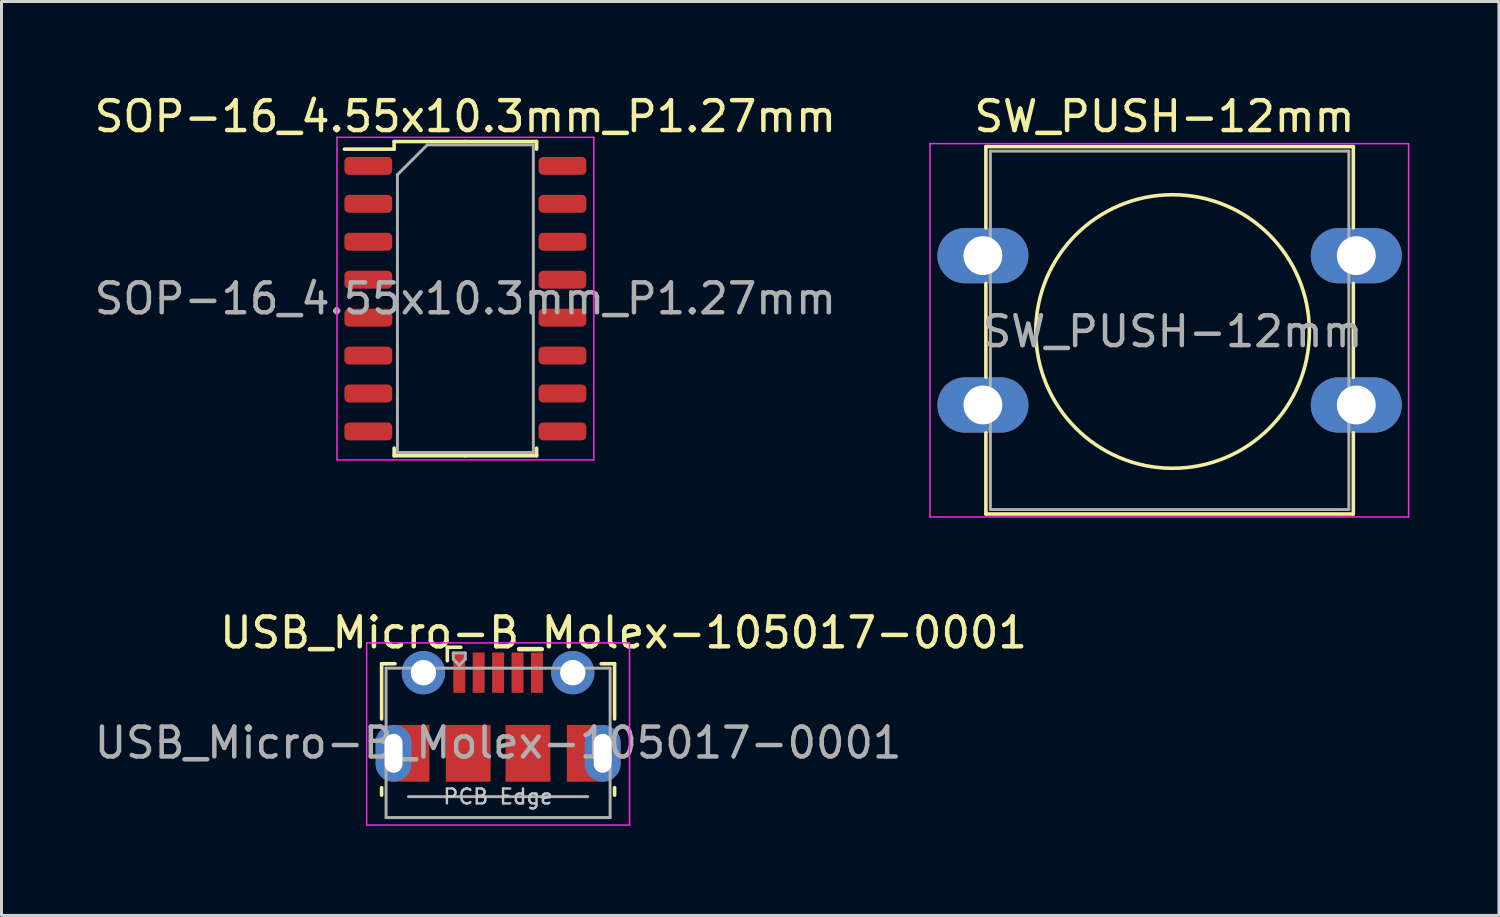
<source format=kicad_pcb>
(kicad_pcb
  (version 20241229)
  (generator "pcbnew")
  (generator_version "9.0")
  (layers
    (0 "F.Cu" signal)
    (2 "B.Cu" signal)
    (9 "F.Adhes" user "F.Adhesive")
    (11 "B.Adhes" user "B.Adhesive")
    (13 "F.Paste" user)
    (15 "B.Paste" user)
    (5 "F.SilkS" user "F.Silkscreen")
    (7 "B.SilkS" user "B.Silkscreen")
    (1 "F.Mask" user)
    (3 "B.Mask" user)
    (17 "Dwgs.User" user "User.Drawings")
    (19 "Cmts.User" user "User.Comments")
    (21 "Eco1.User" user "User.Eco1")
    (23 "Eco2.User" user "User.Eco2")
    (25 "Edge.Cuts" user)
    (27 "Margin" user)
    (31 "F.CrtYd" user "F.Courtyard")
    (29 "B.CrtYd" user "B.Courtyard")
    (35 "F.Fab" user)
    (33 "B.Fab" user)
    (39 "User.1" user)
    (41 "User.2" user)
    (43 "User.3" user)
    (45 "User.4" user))
  (footprint "USB_Micro-B_Molex-105017-0001"
    (layer "F.Cu")
    (at 13.625 20.931)
    (property "Reference" "USB_Micro-B_Molex-105017-0001" (at 4.2 -2.8 0) (layer "F.SilkS") (effects (font (size 1 1) (thickness 0.15))))
    (attr smd)
    (fp_line (start -3.9 -1.762) (end -3.45 -1.762) (stroke (width 0.12) (type solid)) (layer "F.SilkS"))
    (fp_line (start -3.9 0.087) (end -3.9 -1.762) (stroke (width 0.12) (type solid)) (layer "F.SilkS"))
    (fp_line (start -3.9 2.638) (end -3.9 2.388) (stroke (width 0.12) (type solid)) (layer "F.SilkS"))
    (fp_line (start -1.7 -2.312) (end -1.7 -1.863) (stroke (width 0.12) (type solid)) (layer "F.SilkS"))
    (fp_line (start -1.7 -2.312) (end -1.25 -2.312) (stroke (width 0.12) (type solid)) (layer "F.SilkS"))
    (fp_line (start 3.9 -1.762) (end 3.45 -1.762) (stroke (width 0.12) (type solid)) (layer "F.SilkS"))
    (fp_line (start 3.9 0.087) (end 3.9 -1.762) (stroke (width 0.12) (type solid)) (layer "F.SilkS"))
    (fp_line (start 3.9 2.638) (end 3.9 2.388) (stroke (width 0.12) (type solid)) (layer "F.SilkS"))
    (fp_line (start -4.4 -2.46) (end 4.4 -2.46) (stroke (width 0.05) (type solid)) (layer "F.CrtYd"))
    (fp_line (start -4.4 3.64) (end -4.4 -2.46) (stroke (width 0.05) (type solid)) (layer "F.CrtYd"))
    (fp_line (start -4.4 3.64) (end 4.4 3.64) (stroke (width 0.05) (type solid)) (layer "F.CrtYd"))
    (fp_line (start 4.4 -2.46) (end 4.4 3.64) (stroke (width 0.05) (type solid)) (layer "F.CrtYd"))
    (fp_line (start -3.75 -1.613) (end 3.75 -1.613) (stroke (width 0.1) (type solid)) (layer "F.Fab"))
    (fp_line (start -3.75 3.388) (end -3.75 -1.613) (stroke (width 0.1) (type solid)) (layer "F.Fab"))
    (fp_line (start -3.75 3.389) (end 3.75 3.389) (stroke (width 0.1) (type solid)) (layer "F.Fab"))
    (fp_line (start -3 2.689) (end 3 2.689) (stroke (width 0.1) (type solid)) (layer "F.Fab"))
    (fp_line (start -1.5 -2.123) (end -1.5 -1.913) (stroke (width 0.1) (type solid)) (layer "F.Fab"))
    (fp_line (start -1.5 -2.123) (end -1.1 -2.123) (stroke (width 0.1) (type solid)) (layer "F.Fab"))
    (fp_line (start -1.3 -1.712) (end -1.5 -1.913) (stroke (width 0.1) (type solid)) (layer "F.Fab"))
    (fp_line (start -1.1 -2.123) (end -1.1 -1.913) (stroke (width 0.1) (type solid)) (layer "F.Fab"))
    (fp_line (start -1.1 -1.913) (end -1.3 -1.712) (stroke (width 0.1) (type solid)) (layer "F.Fab"))
    (fp_line (start 3.75 3.388) (end 3.75 -1.613) (stroke (width 0.1) (type solid)) (layer "F.Fab"))
    (fp_text user "PCB Edge" (at 0 2.688 0) (layer "Dwgs.User") (effects (font (size 0.5 0.5) (thickness 0.08))))
    (fp_text user "${REFERENCE}" (at 0 0.887 0) (layer "F.Fab") (effects (font (size 1 1) (thickness 0.15))))
    (pad "1" smd rect (at -1.3 -1.462) (size 0.4 1.35) (layers "F.Cu" "F.Mask" "F.Paste"))
    (pad "2" smd rect (at -0.65 -1.462) (size 0.4 1.35) (layers "F.Cu" "F.Mask" "F.Paste"))
    (pad "3" smd rect (at 0 -1.462) (size 0.4 1.35) (layers "F.Cu" "F.Mask" "F.Paste"))
    (pad "4" smd rect (at 0.65 -1.462) (size 0.4 1.35) (layers "F.Cu" "F.Mask" "F.Paste"))
    (pad "5" smd rect (at 1.3 -1.462) (size 0.4 1.35) (layers "F.Cu" "F.Mask" "F.Paste"))
    (pad "6" thru_hole oval (at -3.5 1.238 180) (size 1.2 1.9) (drill oval 0.6 1.3) (layers "*.Cu" "*.Mask"))
    (pad "6" smd rect (at -2.9 1.238) (size 1.2 1.9) (layers "F.Cu" "F.Mask"))
    (pad "6" thru_hole circle (at -2.5 -1.462) (size 1.45 1.45) (drill 0.85) (layers "*.Cu" "*.Mask"))
    (pad "6" smd rect (at -1 1.238) (size 1.5 1.9) (layers "F.Cu" "F.Mask" "F.Paste"))
    (pad "6" smd rect (at 1 1.238) (size 1.5 1.9) (layers "F.Cu" "F.Mask" "F.Paste"))
    (pad "6" thru_hole circle (at 2.5 -1.462) (size 1.45 1.45) (drill 0.85) (layers "*.Cu" "*.Mask"))
    (pad "6" smd rect (at 2.9 1.238) (size 1.2 1.9) (layers "F.Cu" "F.Mask"))
    (pad "6" thru_hole oval (at 3.5 1.238) (size 1.2 1.9) (drill oval 0.6 1.3) (layers "*.Cu" "*.Mask")))
  (footprint "SOP-16_4.55x10.3mm_P1.27mm"
    (layer "F.Cu")
    (at 12.53 6.948)
    (property "Reference" "SOP-16_4.55x10.3mm_P1.27mm" (at 0 -6.1 0) (layer "F.SilkS") (effects (font (size 1 1) (thickness 0.15))))
    (attr smd)
    (fp_line (start -2.385 -5.26) (end -2.385 -5.005) (stroke (width 0.12) (type solid)) (layer "F.SilkS"))
    (fp_line (start -2.385 -5.005) (end -4.05 -5.005) (stroke (width 0.12) (type solid)) (layer "F.SilkS"))
    (fp_line (start -2.385 5.26) (end -2.385 5.005) (stroke (width 0.12) (type solid)) (layer "F.SilkS"))
    (fp_line (start 0 -5.26) (end -2.385 -5.26) (stroke (width 0.12) (type solid)) (layer "F.SilkS"))
    (fp_line (start 0 -5.26) (end 2.385 -5.26) (stroke (width 0.12) (type solid)) (layer "F.SilkS"))
    (fp_line (start 0 5.26) (end -2.385 5.26) (stroke (width 0.12) (type solid)) (layer "F.SilkS"))
    (fp_line (start 0 5.26) (end 2.385 5.26) (stroke (width 0.12) (type solid)) (layer "F.SilkS"))
    (fp_line (start 2.385 -5.26) (end 2.385 -5.005) (stroke (width 0.12) (type solid)) (layer "F.SilkS"))
    (fp_line (start 2.385 5.26) (end 2.385 5.005) (stroke (width 0.12) (type solid)) (layer "F.SilkS"))
    (fp_line (start -4.3 -5.4) (end -4.3 5.4) (stroke (width 0.05) (type solid)) (layer "F.CrtYd"))
    (fp_line (start -4.3 5.4) (end 4.3 5.4) (stroke (width 0.05) (type solid)) (layer "F.CrtYd"))
    (fp_line (start 4.3 -5.4) (end -4.3 -5.4) (stroke (width 0.05) (type solid)) (layer "F.CrtYd"))
    (fp_line (start 4.3 5.4) (end 4.3 -5.4) (stroke (width 0.05) (type solid)) (layer "F.CrtYd"))
    (fp_line (start -2.275 -4.15) (end -1.275 -5.15) (stroke (width 0.1) (type solid)) (layer "F.Fab"))
    (fp_line (start -2.275 5.15) (end -2.275 -4.15) (stroke (width 0.1) (type solid)) (layer "F.Fab"))
    (fp_line (start -1.275 -5.15) (end 2.275 -5.15) (stroke (width 0.1) (type solid)) (layer "F.Fab"))
    (fp_line (start 2.275 -5.15) (end 2.275 5.15) (stroke (width 0.1) (type solid)) (layer "F.Fab"))
    (fp_line (start 2.275 5.15) (end -2.275 5.15) (stroke (width 0.1) (type solid)) (layer "F.Fab"))
    (fp_text user "${REFERENCE}" (at 0 0 0) (layer "F.Fab") (effects (font (size 1 1) (thickness 0.15))))
    (pad "1" smd roundrect (at -3.25 -4.445) (size 1.6 0.6) (layers "F.Cu" "F.Mask" "F.Paste") (roundrect_rratio 0.25))
    (pad "2" smd roundrect (at -3.25 -3.175) (size 1.6 0.6) (layers "F.Cu" "F.Mask" "F.Paste") (roundrect_rratio 0.25))
    (pad "3" smd roundrect (at -3.25 -1.905) (size 1.6 0.6) (layers "F.Cu" "F.Mask" "F.Paste") (roundrect_rratio 0.25))
    (pad "4" smd roundrect (at -3.25 -0.635) (size 1.6 0.6) (layers "F.Cu" "F.Mask" "F.Paste") (roundrect_rratio 0.25))
    (pad "5" smd roundrect (at -3.25 0.635) (size 1.6 0.6) (layers "F.Cu" "F.Mask" "F.Paste") (roundrect_rratio 0.25))
    (pad "6" smd roundrect (at -3.25 1.905) (size 1.6 0.6) (layers "F.Cu" "F.Mask" "F.Paste") (roundrect_rratio 0.25))
    (pad "7" smd roundrect (at -3.25 3.175) (size 1.6 0.6) (layers "F.Cu" "F.Mask" "F.Paste") (roundrect_rratio 0.25))
    (pad "8" smd roundrect (at -3.25 4.445) (size 1.6 0.6) (layers "F.Cu" "F.Mask" "F.Paste") (roundrect_rratio 0.25))
    (pad "9" smd roundrect (at 3.25 4.445) (size 1.6 0.6) (layers "F.Cu" "F.Mask" "F.Paste") (roundrect_rratio 0.25))
    (pad "10" smd roundrect (at 3.25 3.175) (size 1.6 0.6) (layers "F.Cu" "F.Mask" "F.Paste") (roundrect_rratio 0.25))
    (pad "11" smd roundrect (at 3.25 1.905) (size 1.6 0.6) (layers "F.Cu" "F.Mask" "F.Paste") (roundrect_rratio 0.25))
    (pad "12" smd roundrect (at 3.25 0.635) (size 1.6 0.6) (layers "F.Cu" "F.Mask" "F.Paste") (roundrect_rratio 0.25))
    (pad "13" smd roundrect (at 3.25 -0.635) (size 1.6 0.6) (layers "F.Cu" "F.Mask" "F.Paste") (roundrect_rratio 0.25))
    (pad "14" smd roundrect (at 3.25 -1.905) (size 1.6 0.6) (layers "F.Cu" "F.Mask" "F.Paste") (roundrect_rratio 0.25))
    (pad "15" smd roundrect (at 3.25 -3.175) (size 1.6 0.6) (layers "F.Cu" "F.Mask" "F.Paste") (roundrect_rratio 0.25))
    (pad "16" smd roundrect (at 3.25 -4.445) (size 1.6 0.6) (layers "F.Cu" "F.Mask" "F.Paste") (roundrect_rratio 0.25)))
  (footprint "SW_PUSH-12mm"
    (layer "F.Cu")
    (at 29.855 5.508)
    (property "Reference" "SW_PUSH-12mm" (at 6.08 -4.66 0) (layer "F.SilkS") (effects (font (size 1 1) (thickness 0.15))))
    (attr through_hole)
    (fp_line (start 0.1 -3.65) (end 12.4 -3.65) (stroke (width 0.12) (type solid)) (layer "F.SilkS"))
    (fp_line (start 0.1 -0.93) (end 0.1 -3.65) (stroke (width 0.12) (type solid)) (layer "F.SilkS"))
    (fp_line (start 0.1 4.07) (end 0.1 0.93) (stroke (width 0.12) (type solid)) (layer "F.SilkS"))
    (fp_line (start 0.1 8.65) (end 0.1 5.93) (stroke (width 0.12) (type solid)) (layer "F.SilkS"))
    (fp_line (start 12.4 -3.65) (end 12.4 -0.93) (stroke (width 0.12) (type solid)) (layer "F.SilkS"))
    (fp_line (start 12.4 0.93) (end 12.4 4.07) (stroke (width 0.12) (type solid)) (layer "F.SilkS"))
    (fp_line (start 12.4 5.93) (end 12.4 8.65) (stroke (width 0.12) (type solid)) (layer "F.SilkS"))
    (fp_line (start 12.4 8.65) (end 0.1 8.65) (stroke (width 0.12) (type solid)) (layer "F.SilkS"))
    (fp_circle (center 6.35 2.54) (end 10.16 5.08) (stroke (width 0.12) (type solid)) (fill no) (layer "F.SilkS"))
    (fp_line (start -1.77 -3.75) (end -1.77 8.75) (stroke (width 0.05) (type solid)) (layer "F.CrtYd"))
    (fp_line (start -1.77 -3.75) (end 14.25 -3.75) (stroke (width 0.05) (type solid)) (layer "F.CrtYd"))
    (fp_line (start 14.25 8.75) (end -1.77 8.75) (stroke (width 0.05) (type solid)) (layer "F.CrtYd"))
    (fp_line (start 14.25 8.75) (end 14.25 -3.75) (stroke (width 0.05) (type solid)) (layer "F.CrtYd"))
    (fp_line (start 0.25 -3.5) (end 0.25 8.5) (stroke (width 0.1) (type solid)) (layer "F.Fab"))
    (fp_line (start 0.25 -3.5) (end 12.25 -3.5) (stroke (width 0.1) (type solid)) (layer "F.Fab"))
    (fp_line (start 0.25 8.5) (end 12.25 8.5) (stroke (width 0.1) (type solid)) (layer "F.Fab"))
    (fp_line (start 12.25 -3.5) (end 12.25 8.5) (stroke (width 0.1) (type solid)) (layer "F.Fab"))
    (fp_text user "${REFERENCE}" (at 6.35 2.54 0) (layer "F.Fab") (effects (font (size 1 1) (thickness 0.15))))
    (pad "1" thru_hole oval (at 0 0) (size 3.048 1.85) (drill 1.3) (layers "*.Cu" "*.Mask"))
    (pad "1" thru_hole oval (at 12.5 0) (size 3.048 1.85) (drill 1.3) (layers "*.Cu" "*.Mask"))
    (pad "2" thru_hole oval (at 0 5) (size 3.048 1.85) (drill 1.3) (layers "*.Cu" "*.Mask"))
    (pad "2" thru_hole oval (at 12.5 5) (size 3.048 1.85) (drill 1.3) (layers "*.Cu" "*.Mask")))
  (gr_rect
    (start -3 -3)
    (end 47.13 27.596)
    (stroke (width 0.1) (type default))
    (fill no)
    (layer "Edge.Cuts")))
</source>
